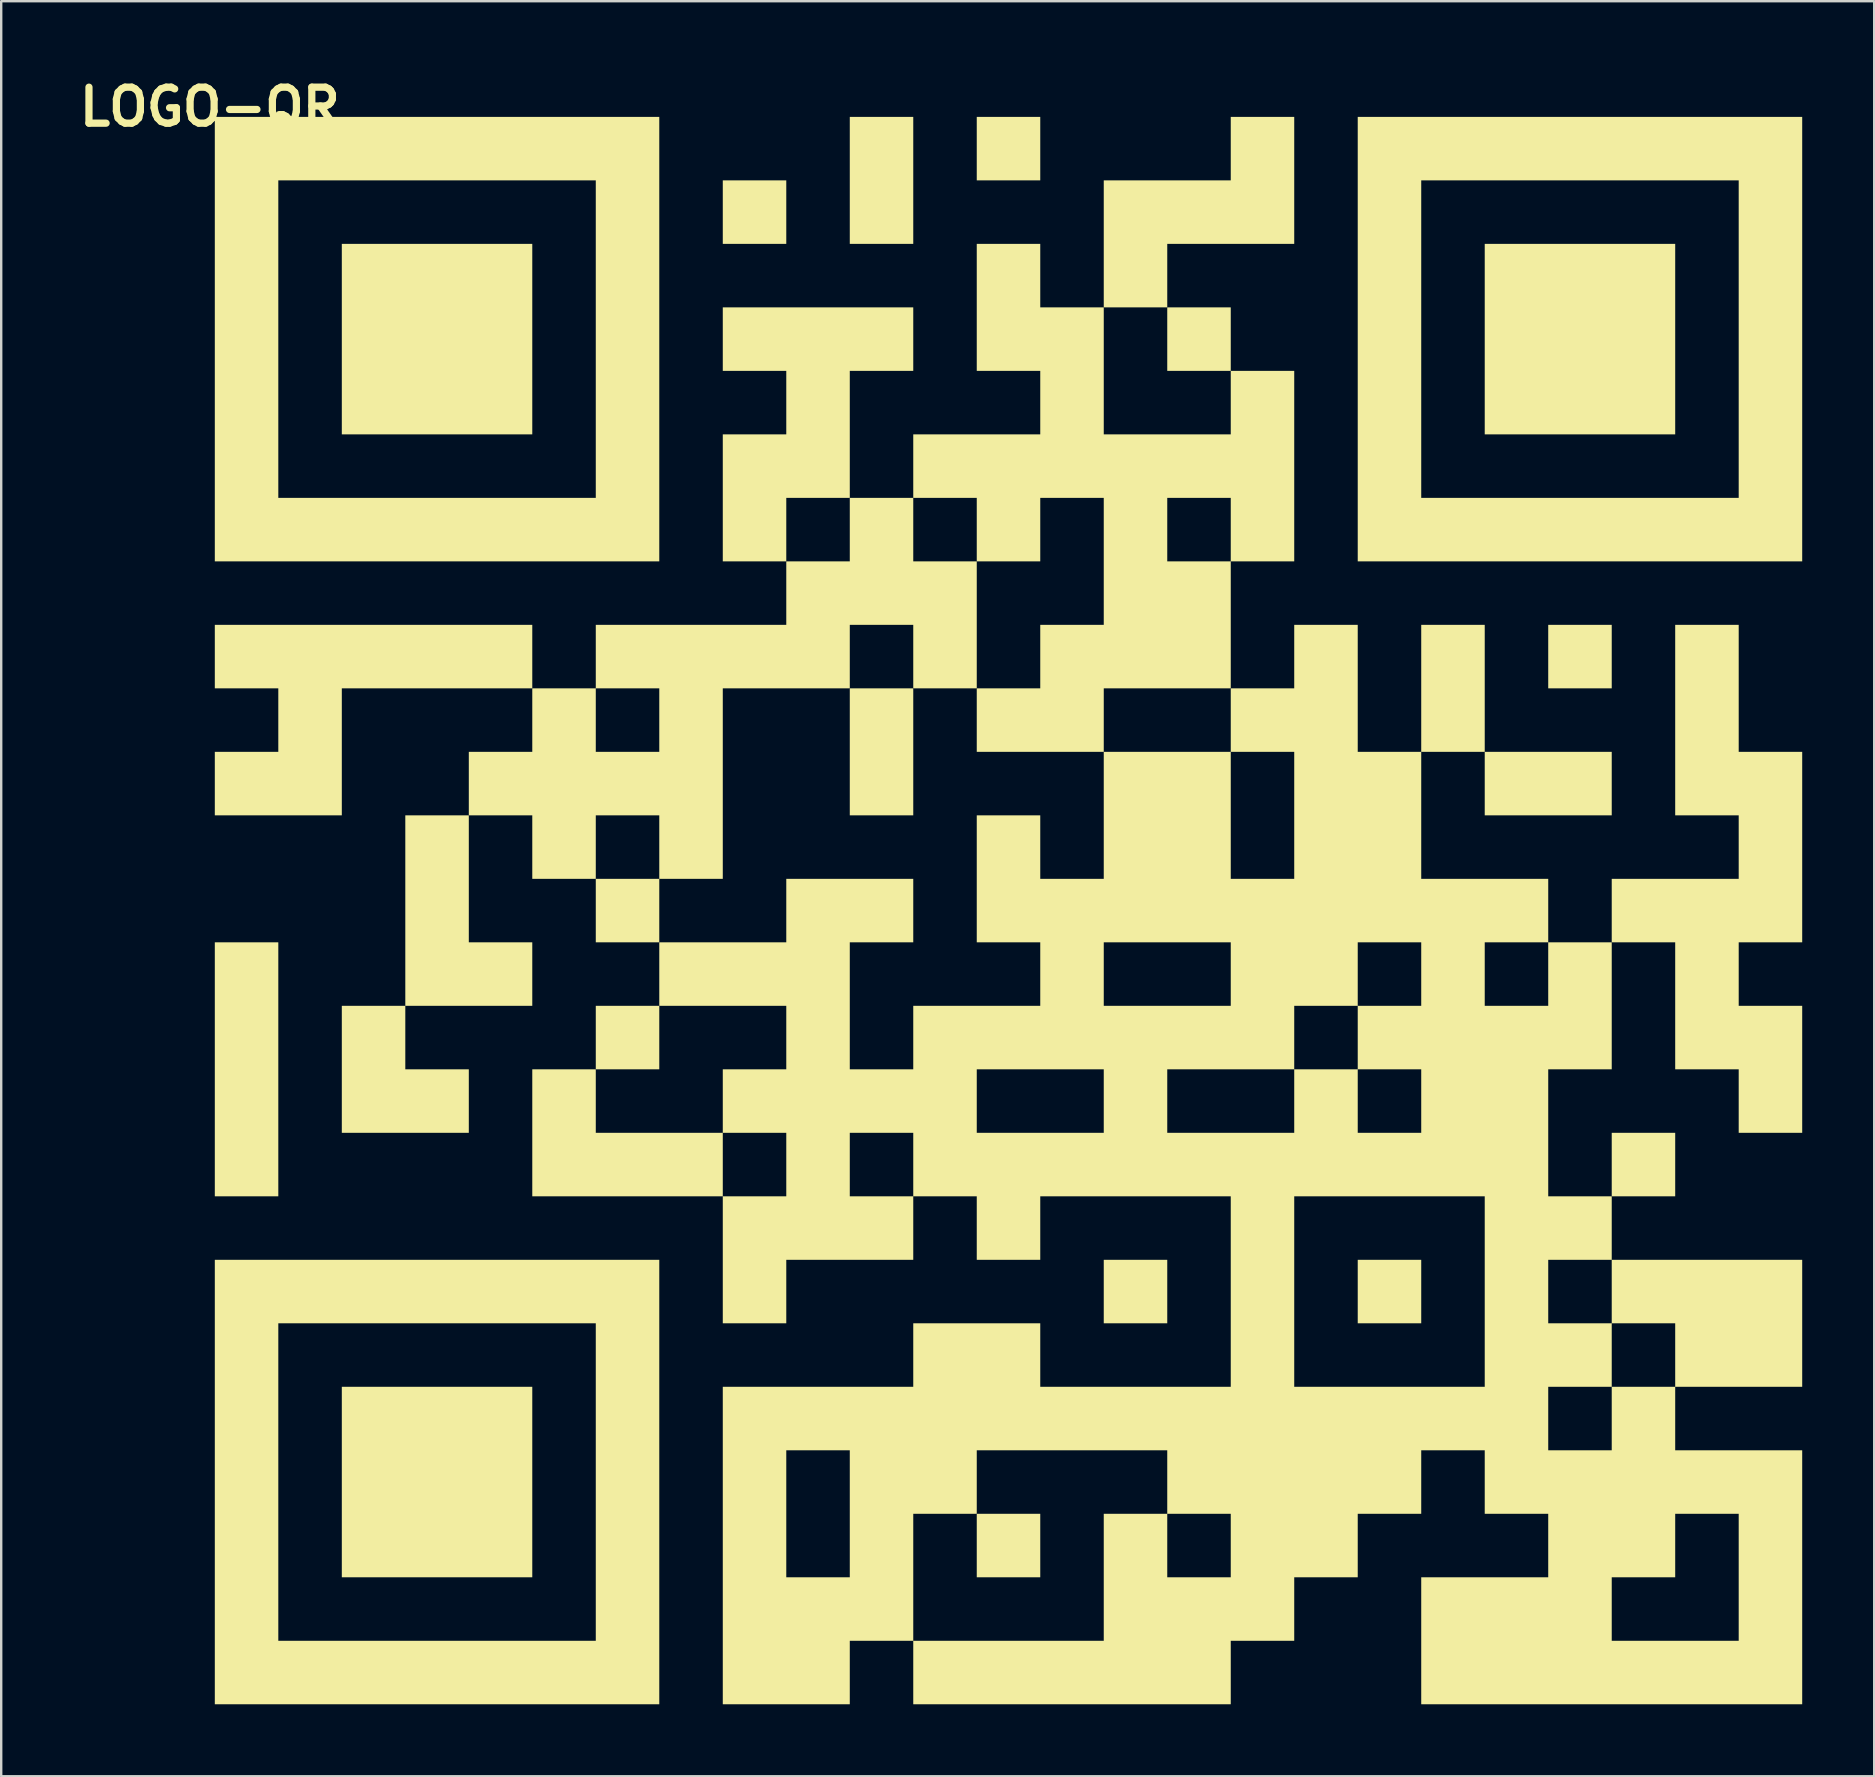
<source format=kicad_pcb>
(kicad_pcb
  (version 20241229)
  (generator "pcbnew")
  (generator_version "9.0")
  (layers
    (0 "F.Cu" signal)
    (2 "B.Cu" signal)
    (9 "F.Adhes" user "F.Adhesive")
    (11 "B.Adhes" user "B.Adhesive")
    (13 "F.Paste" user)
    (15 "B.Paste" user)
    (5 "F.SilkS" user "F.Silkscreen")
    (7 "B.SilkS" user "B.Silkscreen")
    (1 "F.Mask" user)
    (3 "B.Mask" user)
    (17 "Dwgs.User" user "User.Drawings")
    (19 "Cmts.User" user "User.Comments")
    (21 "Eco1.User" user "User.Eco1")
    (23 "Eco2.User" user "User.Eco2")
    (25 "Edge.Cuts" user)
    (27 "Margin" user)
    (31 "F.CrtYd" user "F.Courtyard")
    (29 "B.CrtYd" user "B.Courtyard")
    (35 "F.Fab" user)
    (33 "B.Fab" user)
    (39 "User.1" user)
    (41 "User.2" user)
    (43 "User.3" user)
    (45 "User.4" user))
  (footprint "LOGO-QR"
    (layer "F.Cu")
    (at 39.193 34.904)
    (property "Reference" "LOGO-QR" (at -33.5 -33.5 0) (layer "F.SilkS") (effects (font (size 1.5 1.5) (thickness 0.3))))
    (attr board_only exclude_from_pos_files exclude_from_bom)
    (fp_poly (pts (xy -14.771 1.312) (xy -17.417 1.312) (xy -17.417 -1.333) (xy -14.771 -1.333)) (stroke (width 0) (type solid)) (fill yes) (layer "F.SilkS"))
    (fp_poly (pts (xy -14.771 6.604) (xy -17.417 6.604) (xy -17.417 3.958) (xy -14.771 3.958)) (stroke (width 0) (type solid)) (fill yes) (layer "F.SilkS"))
    (fp_poly (pts (xy -9.479 -27.792) (xy -12.125 -27.792) (xy -12.125 -30.438) (xy -9.479 -30.438)) (stroke (width 0) (type solid)) (fill yes) (layer "F.SilkS"))
    (fp_poly (pts (xy 1.104 -30.438) (xy -1.542 -30.438) (xy -1.542 -33.083) (xy 1.104 -33.083)) (stroke (width 0) (type solid)) (fill yes) (layer "F.SilkS"))
    (fp_poly (pts (xy 1.104 27.771) (xy -1.542 27.771) (xy -1.542 25.125) (xy 1.104 25.125)) (stroke (width 0) (type solid)) (fill yes) (layer "F.SilkS"))
    (fp_poly (pts (xy 6.396 17.187) (xy 3.75 17.187) (xy 3.75 14.542) (xy 6.396 14.542)) (stroke (width 0) (type solid)) (fill yes) (layer "F.SilkS"))
    (fp_poly (pts (xy 9.042 -22.5) (xy 6.396 -22.5) (xy 6.396 -25.146) (xy 9.042 -25.146)) (stroke (width 0) (type solid)) (fill yes) (layer "F.SilkS"))
    (fp_poly (pts (xy 16.979 17.187) (xy 14.333 17.187) (xy 14.333 14.542) (xy 16.979 14.542)) (stroke (width 0) (type solid)) (fill yes) (layer "F.SilkS"))
    (fp_poly (pts (xy 24.917 -9.271) (xy 22.271 -9.271) (xy 22.271 -11.917) (xy 24.917 -11.917)) (stroke (width 0) (type solid)) (fill yes) (layer "F.SilkS"))
    (fp_poly (pts (xy 27.562 11.896) (xy 24.917 11.896) (xy 24.917 9.25) (xy 27.562 9.25)) (stroke (width 0) (type solid)) (fill yes) (layer "F.SilkS"))
    (fp_poly (pts (xy -4.188 -30.438) (xy -4.188 -27.792) (xy -6.833 -27.792) (xy -6.833 -30.438) (xy -6.833 -33.083) (xy -4.188 -33.083)) (stroke (width 0) (type solid)) (fill yes) (layer "F.SilkS"))
    (fp_poly (pts (xy -4.188 -6.625) (xy -4.188 -3.979) (xy -6.833 -3.979) (xy -6.833 -6.625) (xy -6.833 -9.271) (xy -4.188 -9.271)) (stroke (width 0) (type solid)) (fill yes) (layer "F.SilkS"))
    (fp_poly (pts (xy 19.625 -9.271) (xy 19.625 -6.625) (xy 16.979 -6.625) (xy 16.979 -9.271) (xy 16.979 -11.917) (xy 19.625 -11.917)) (stroke (width 0) (type solid)) (fill yes) (layer "F.SilkS"))
    (fp_poly (pts (xy 24.917 -3.979) (xy 22.271 -3.979) (xy 19.625 -3.979) (xy 19.625 -6.625) (xy 22.271 -6.625) (xy 24.917 -6.625)) (stroke (width 0) (type solid)) (fill yes) (layer "F.SilkS"))
    (fp_poly (pts (xy -25.354 6.604) (xy -22.708 6.604) (xy -22.708 9.25) (xy -25.354 9.25) (xy -28 9.25) (xy -28 6.604) (xy -28 3.958) (xy -25.354 3.958)) (stroke (width 0) (type solid)) (fill yes) (layer "F.SilkS"))
    (fp_poly (pts (xy -30.646 3.958) (xy -30.646 6.604) (xy -30.646 9.25) (xy -30.646 11.896) (xy -33.292 11.896) (xy -33.292 9.25) (xy -33.292 6.604) (xy -33.292 3.958) (xy -33.292 1.312) (xy -30.646 1.312)) (stroke (width 0) (type solid)) (fill yes) (layer "F.SilkS"))
    (fp_poly (pts (xy -22.708 -1.333) (xy -22.708 1.312) (xy -20.063 1.312) (xy -20.063 3.958) (xy -22.708 3.958) (xy -25.354 3.958) (xy -25.354 1.312) (xy -25.354 -1.333) (xy -25.354 -3.979) (xy -22.708 -3.979)) (stroke (width 0) (type solid)) (fill yes) (layer "F.SilkS"))
    (fp_poly (pts (xy -20.063 -25.146) (xy -20.063 -22.5) (xy -20.063 -19.854) (xy -22.708 -19.854) (xy -25.354 -19.854) (xy -28 -19.854) (xy -28 -22.5) (xy -28 -25.146) (xy -28 -27.792) (xy -25.354 -27.792) (xy -22.708 -27.792) (xy -20.063 -27.792)) (stroke (width 0) (type solid)) (fill yes) (layer "F.SilkS"))
    (fp_poly (pts (xy -20.063 22.479) (xy -20.063 25.125) (xy -20.063 27.771) (xy -22.708 27.771) (xy -25.354 27.771) (xy -28 27.771) (xy -28 25.125) (xy -28 22.479) (xy -28 19.833) (xy -25.354 19.833) (xy -22.708 19.833) (xy -20.063 19.833)) (stroke (width 0) (type solid)) (fill yes) (layer "F.SilkS"))
    (fp_poly (pts (xy 11.687 -30.438) (xy 11.687 -27.792) (xy 9.042 -27.792) (xy 6.396 -27.792) (xy 6.396 -25.146) (xy 3.75 -25.146) (xy 3.75 -27.792) (xy 3.75 -30.438) (xy 6.396 -30.438) (xy 9.042 -30.438) (xy 9.042 -33.083) (xy 11.687 -33.083)) (stroke (width 0) (type solid)) (fill yes) (layer "F.SilkS"))
    (fp_poly (pts (xy 27.562 -25.146) (xy 27.562 -22.5) (xy 27.562 -19.854) (xy 24.917 -19.854) (xy 22.271 -19.854) (xy 19.625 -19.854) (xy 19.625 -22.5) (xy 19.625 -25.146) (xy 19.625 -27.792) (xy 22.271 -27.792) (xy 24.917 -27.792) (xy 27.562 -27.792)) (stroke (width 0) (type solid)) (fill yes) (layer "F.SilkS"))
    (fp_poly (pts (xy -4.188 -22.5) (xy -6.833 -22.5) (xy -6.833 -19.854) (xy -6.833 -17.208) (xy -9.479 -17.208) (xy -9.479 -14.562) (xy -12.125 -14.562) (xy -12.125 -17.208) (xy -12.125 -19.854) (xy -9.479 -19.854) (xy -9.479 -22.5) (xy -12.125 -22.5) (xy -12.125 -25.146) (xy -9.479 -25.146) (xy -6.833 -25.146) (xy -4.188 -25.146)) (stroke (width 0) (type solid)) (fill yes) (layer "F.SilkS"))
    (fp_poly (pts (xy -20.063 -9.271) (xy -22.708 -9.271) (xy -25.354 -9.271) (xy -28 -9.271) (xy -28 -6.625) (xy -28 -3.979) (xy -30.646 -3.979) (xy -33.292 -3.979) (xy -33.292 -6.625) (xy -30.646 -6.625) (xy -30.646 -9.271) (xy -33.292 -9.271) (xy -33.292 -11.917) (xy -30.646 -11.917) (xy -28 -11.917) (xy -25.354 -11.917) (xy -22.708 -11.917) (xy -20.063 -11.917)) (stroke (width 0) (type solid)) (fill yes) (layer "F.SilkS"))
    (fp_poly (pts (xy 30.208 -9.271) (xy 30.208 -6.625) (xy 32.854 -6.625) (xy 32.854 -3.979) (xy 32.854 -1.333) (xy 32.854 1.312) (xy 30.208 1.312) (xy 30.208 3.958) (xy 32.854 3.958) (xy 32.854 6.604) (xy 32.854 9.25) (xy 30.208 9.25) (xy 30.208 6.604) (xy 27.562 6.604) (xy 27.562 3.958) (xy 27.562 1.312) (xy 24.917 1.312) (xy 24.917 -1.333) (xy 27.562 -1.333) (xy 30.208 -1.333) (xy 30.208 -3.979) (xy 27.562 -3.979) (xy 27.562 -6.625) (xy 27.562 -9.271) (xy 27.562 -11.917) (xy 30.208 -11.917)) (stroke (width 0) (type solid)) (fill yes) (layer "F.SilkS"))
    (fp_poly (pts (xy -4.188 -14.562) (xy -1.542 -14.562) (xy -1.542 -11.917) (xy -1.542 -9.271) (xy -4.188 -9.271) (xy -4.188 -11.917) (xy -6.833 -11.917) (xy -6.833 -9.271) (xy -9.479 -9.271) (xy -12.125 -9.271) (xy -12.125 -6.625) (xy -12.125 -3.979) (xy -12.125 -1.333) (xy -14.771 -1.333) (xy -14.771 -3.979) (xy -17.417 -3.979) (xy -17.417 -1.333) (xy -20.063 -1.333) (xy -20.063 -3.979) (xy -22.708 -3.979) (xy -22.708 -6.625) (xy -20.063 -6.625) (xy -20.063 -9.271) (xy -17.417 -9.271) (xy -17.417 -6.625) (xy -14.771 -6.625) (xy -14.771 -9.271) (xy -17.417 -9.271) (xy -17.417 -11.917) (xy -14.771 -11.917) (xy -12.125 -11.917) (xy -9.479 -11.917) (xy -9.479 -14.562) (xy -6.833 -14.562) (xy -6.833 -17.208) (xy -4.188 -17.208)) (stroke (width 0) (type solid)) (fill yes) (layer "F.SilkS"))
    (fp_poly (pts (xy 1.104 -25.146) (xy 3.75 -25.146) (xy 3.75 -22.5) (xy 3.75 -19.854) (xy 6.396 -19.854) (xy 9.042 -19.854) (xy 9.042 -22.5) (xy 11.687 -22.5) (xy 11.687 -19.854) (xy 11.687 -17.208) (xy 11.687 -14.562) (xy 9.042 -14.562) (xy 9.042 -17.208) (xy 6.396 -17.208) (xy 6.396 -14.562) (xy 9.042 -14.562) (xy 9.042 -11.917) (xy 9.042 -9.271) (xy 6.396 -9.271) (xy 3.75 -9.271) (xy 3.75 -6.625) (xy 1.104 -6.625) (xy -1.542 -6.625) (xy -1.542 -9.271) (xy 1.104 -9.271) (xy 1.104 -11.917) (xy 3.75 -11.917) (xy 3.75 -14.562) (xy 3.75 -17.208) (xy 1.104 -17.208) (xy 1.104 -14.562) (xy -1.542 -14.562) (xy -1.542 -17.208) (xy -4.188 -17.208) (xy -4.188 -19.854) (xy -1.542 -19.854) (xy 1.104 -19.854) (xy 1.104 -22.5) (xy -1.542 -22.5) (xy -1.542 -25.146) (xy -1.542 -27.792) (xy 1.104 -27.792)) (stroke (width 0) (type solid)) (fill yes) (layer "F.SilkS"))
    (fp_poly (pts (xy -14.771 -30.438) (xy -14.771 -27.792) (xy -14.771 -25.146) (xy -14.771 -22.5) (xy -14.771 -19.854) (xy -14.771 -17.208) (xy -14.771 -14.562) (xy -17.417 -14.562) (xy -20.063 -14.562) (xy -22.708 -14.562) (xy -25.354 -14.562) (xy -28 -14.562) (xy -30.646 -14.562) (xy -33.292 -14.562) (xy -33.292 -17.208) (xy -33.292 -19.854) (xy -33.292 -22.5) (xy -33.292 -25.146) (xy -33.292 -27.792) (xy -30.646 -27.792) (xy -30.646 -25.146) (xy -30.646 -22.5) (xy -30.646 -19.854) (xy -30.646 -17.208) (xy -28 -17.208) (xy -25.354 -17.208) (xy -22.708 -17.208) (xy -20.063 -17.208) (xy -17.417 -17.208) (xy -17.417 -19.854) (xy -17.417 -22.5) (xy -17.417 -25.146) (xy -17.417 -27.792) (xy -17.417 -30.438) (xy -20.063 -30.438) (xy -22.708 -30.438) (xy -25.354 -30.438) (xy -28 -30.438) (xy -30.646 -30.438) (xy -30.646 -27.792) (xy -33.292 -27.792) (xy -33.292 -30.438) (xy -33.292 -33.083) (xy -30.646 -33.083) (xy -28 -33.083) (xy -25.354 -33.083) (xy -22.708 -33.083) (xy -20.063 -33.083) (xy -17.417 -33.083) (xy -14.771 -33.083)) (stroke (width 0) (type solid)) (fill yes) (layer "F.SilkS"))
    (fp_poly (pts (xy -14.771 17.187) (xy -14.771 19.833) (xy -14.771 22.479) (xy -14.771 25.125) (xy -14.771 27.771) (xy -14.771 30.417) (xy -14.771 33.062) (xy -17.417 33.062) (xy -20.063 33.062) (xy -22.708 33.062) (xy -25.354 33.062) (xy -28 33.062) (xy -30.646 33.062) (xy -33.292 33.062) (xy -33.292 30.417) (xy -33.292 27.771) (xy -33.292 25.125) (xy -33.292 22.479) (xy -33.292 19.833) (xy -30.646 19.833) (xy -30.646 22.479) (xy -30.646 25.125) (xy -30.646 27.771) (xy -30.646 30.417) (xy -28 30.417) (xy -25.354 30.417) (xy -22.708 30.417) (xy -20.063 30.417) (xy -17.417 30.417) (xy -17.417 27.771) (xy -17.417 25.125) (xy -17.417 22.479) (xy -17.417 19.833) (xy -17.417 17.187) (xy -20.063 17.187) (xy -22.708 17.187) (xy -25.354 17.187) (xy -28 17.187) (xy -30.646 17.187) (xy -30.646 19.833) (xy -33.292 19.833) (xy -33.292 17.187) (xy -33.292 14.542) (xy -30.646 14.542) (xy -28 14.542) (xy -25.354 14.542) (xy -22.708 14.542) (xy -20.063 14.542) (xy -17.417 14.542) (xy -14.771 14.542)) (stroke (width 0) (type solid)) (fill yes) (layer "F.SilkS"))
    (fp_poly (pts (xy 32.854 -30.438) (xy 32.854 -27.792) (xy 32.854 -25.146) (xy 32.854 -22.5) (xy 32.854 -19.854) (xy 32.854 -17.208) (xy 32.854 -14.562) (xy 30.208 -14.562) (xy 27.562 -14.562) (xy 24.917 -14.562) (xy 22.271 -14.562) (xy 19.625 -14.562) (xy 16.979 -14.562) (xy 14.333 -14.562) (xy 14.333 -17.208) (xy 14.333 -19.854) (xy 14.333 -22.5) (xy 14.333 -25.146) (xy 14.333 -27.792) (xy 16.979 -27.792) (xy 16.979 -25.146) (xy 16.979 -22.5) (xy 16.979 -19.854) (xy 16.979 -17.208) (xy 19.625 -17.208) (xy 22.271 -17.208) (xy 24.917 -17.208) (xy 27.562 -17.208) (xy 30.208 -17.208) (xy 30.208 -19.854) (xy 30.208 -22.5) (xy 30.208 -25.146) (xy 30.208 -27.792) (xy 30.208 -30.438) (xy 27.562 -30.438) (xy 24.917 -30.438) (xy 22.271 -30.438) (xy 19.625 -30.438) (xy 16.979 -30.438) (xy 16.979 -27.792) (xy 14.333 -27.792) (xy 14.333 -30.438) (xy 14.333 -33.083) (xy 16.979 -33.083) (xy 19.625 -33.083) (xy 22.271 -33.083) (xy 24.917 -33.083) (xy 27.562 -33.083) (xy 30.208 -33.083) (xy 32.854 -33.083)) (stroke (width 0) (type solid)) (fill yes) (layer "F.SilkS"))
    (fp_poly (pts (xy 14.333 -9.271) (xy 14.333 -6.625) (xy 16.979 -6.625) (xy 16.979 -3.979) (xy 16.979 -1.333) (xy 19.625 -1.333) (xy 22.271 -1.333) (xy 22.271 1.312) (xy 19.625 1.312) (xy 19.625 3.958) (xy 22.271 3.958) (xy 22.271 1.312) (xy 24.917 1.312) (xy 24.917 3.958) (xy 24.917 6.604) (xy 22.271 6.604) (xy 22.271 9.25) (xy 22.271 11.896) (xy 24.917 11.896) (xy 24.917 14.542) (xy 22.271 14.542) (xy 22.271 17.187) (xy 24.917 17.187) (xy 24.917 14.542) (xy 27.562 14.542) (xy 30.208 14.542) (xy 32.854 14.542) (xy 32.854 17.187) (xy 32.854 19.833) (xy 30.208 19.833) (xy 27.562 19.833) (xy 27.562 17.187) (xy 24.917 17.187) (xy 24.917 19.833) (xy 22.271 19.833) (xy 22.271 22.479) (xy 24.917 22.479) (xy 24.917 19.833) (xy 27.562 19.833) (xy 27.562 22.479) (xy 30.208 22.479) (xy 32.854 22.479) (xy 32.854 25.125) (xy 32.854 27.771) (xy 32.854 30.417) (xy 32.854 33.062) (xy 30.208 33.062) (xy 27.562 33.062) (xy 24.917 33.062) (xy 22.271 33.062) (xy 19.625 33.062) (xy 16.979 33.062) (xy 16.979 30.417) (xy 16.979 27.771) (xy 19.625 27.771) (xy 22.271 27.771) (xy 24.917 27.771) (xy 24.917 30.417) (xy 27.562 30.417) (xy 30.208 30.417) (xy 30.208 27.771) (xy 30.208 25.125) (xy 27.562 25.125) (xy 27.562 27.771) (xy 24.917 27.771) (xy 22.271 27.771) (xy 22.271 25.125) (xy 19.625 25.125) (xy 19.625 22.479) (xy 16.979 22.479) (xy 16.979 25.125) (xy 14.333 25.125) (xy 14.333 27.771) (xy 11.687 27.771) (xy 11.687 30.417) (xy 9.042 30.417) (xy 9.042 33.062) (xy 6.396 33.062) (xy 3.75 33.062) (xy 1.104 33.062) (xy -1.542 33.062) (xy -4.188 33.062) (xy -4.188 30.417) (xy -1.542 30.417) (xy 1.104 30.417) (xy 3.75 30.417) (xy 3.75 27.771) (xy 3.75 25.125) (xy 6.396 25.125) (xy 6.396 27.771) (xy 9.042 27.771) (xy 9.042 25.125) (xy 6.396 25.125) (xy 6.396 22.479) (xy 3.75 22.479) (xy 1.104 22.479) (xy -1.542 22.479) (xy -1.542 25.125) (xy -4.188 25.125) (xy -4.188 27.771) (xy -4.188 30.417) (xy -6.833 30.417) (xy -6.833 33.062) (xy -9.479 33.062) (xy -12.125 33.062) (xy -12.125 30.417) (xy -12.125 27.771) (xy -12.125 25.125) (xy -9.479 25.125) (xy -9.479 27.771) (xy -6.833 27.771) (xy -6.833 25.125) (xy -6.833 22.479) (xy -9.479 22.479) (xy -9.479 25.125) (xy -12.125 25.125) (xy -12.125 22.479) (xy -12.125 19.833) (xy -9.479 19.833) (xy -6.833 19.833) (xy -4.188 19.833) (xy -4.188 17.187) (xy -1.542 17.187) (xy 1.104 17.187) (xy 1.104 19.833) (xy 3.75 19.833) (xy 6.396 19.833) (xy 9.042 19.833) (xy 9.042 17.187) (xy 9.042 14.542) (xy 11.687 14.542) (xy 11.687 17.187) (xy 11.687 19.833) (xy 14.333 19.833) (xy 16.979 19.833) (xy 19.625 19.833) (xy 19.625 17.187) (xy 19.625 14.542) (xy 19.625 11.896) (xy 16.979 11.896) (xy 14.333 11.896) (xy 11.687 11.896) (xy 11.687 14.542) (xy 9.042 14.542) (xy 9.042 11.896) (xy 6.396 11.896) (xy 3.75 11.896) (xy 1.104 11.896) (xy 1.104 14.542) (xy -1.542 14.542) (xy -1.542 11.896) (xy -4.188 11.896) (xy -4.188 14.542) (xy -6.833 14.542) (xy -9.479 14.542) (xy -9.479 17.187) (xy -12.125 17.187) (xy -12.125 14.542) (xy -12.125 11.896) (xy -9.479 11.896) (xy -6.833 11.896) (xy -4.188 11.896) (xy -4.188 9.25) (xy -1.542 9.25) (xy 1.104 9.25) (xy 3.75 9.25) (xy 3.75 6.604) (xy 6.396 6.604) (xy 6.396 9.25) (xy 9.042 9.25) (xy 11.687 9.25) (xy 11.687 6.604) (xy 14.333 6.604) (xy 14.333 9.25) (xy 16.979 9.25) (xy 16.979 6.604) (xy 14.333 6.604) (xy 14.333 3.958) (xy 16.979 3.958) (xy 16.979 1.312) (xy 14.333 1.312) (xy 14.333 3.958) (xy 11.687 3.958) (xy 11.687 6.604) (xy 9.042 6.604) (xy 6.396 6.604) (xy 3.75 6.604) (xy 1.104 6.604) (xy -1.542 6.604) (xy -1.542 9.25) (xy -4.188 9.25) (xy -6.833 9.25) (xy -6.833 11.896) (xy -9.479 11.896) (xy -9.479 9.25) (xy -12.125 9.25) (xy -12.125 11.896) (xy -14.771 11.896) (xy -17.417 11.896) (xy -20.063 11.896) (xy -20.063 9.25) (xy -20.063 6.604) (xy -17.417 6.604) (xy -17.417 9.25) (xy -14.771 9.25) (xy -12.125 9.25) (xy -12.125 6.604) (xy -9.479 6.604) (xy -9.479 3.958) (xy -12.125 3.958) (xy -14.771 3.958) (xy -14.771 1.312) (xy -12.125 1.312) (xy -9.479 1.312) (xy -9.479 -1.333) (xy -6.833 -1.333) (xy -4.188 -1.333) (xy -4.188 1.312) (xy -6.833 1.312) (xy -6.833 3.958) (xy -6.833 6.604) (xy -4.188 6.604) (xy -4.188 3.958) (xy -1.542 3.958) (xy 1.104 3.958) (xy 3.75 3.958) (xy 6.396 3.958) (xy 9.042 3.958) (xy 9.042 1.312) (xy 6.396 1.312) (xy 3.75 1.312) (xy 3.75 3.958) (xy 1.104 3.958) (xy 1.104 1.312) (xy -1.542 1.312) (xy -1.542 -1.333) (xy -1.542 -3.979) (xy 1.104 -3.979) (xy 1.104 -1.333) (xy 3.75 -1.333) (xy 3.75 -3.979) (xy 3.75 -6.625) (xy 6.396 -6.625) (xy 9.042 -6.625) (xy 9.042 -3.979) (xy 9.042 -1.333) (xy 11.687 -1.333) (xy 11.687 -3.979) (xy 11.687 -6.625) (xy 9.042 -6.625) (xy 9.042 -9.271) (xy 11.687 -9.271) (xy 11.687 -11.917) (xy 14.333 -11.917)) (stroke (width 0) (type solid)) (fill yes) (layer "F.SilkS")))
  (gr_rect
    (start -3 -3)
    (end 75.047 70.966)
    (stroke (width 0.1) (type default))
    (fill no)
    (layer "Edge.Cuts")))
</source>
